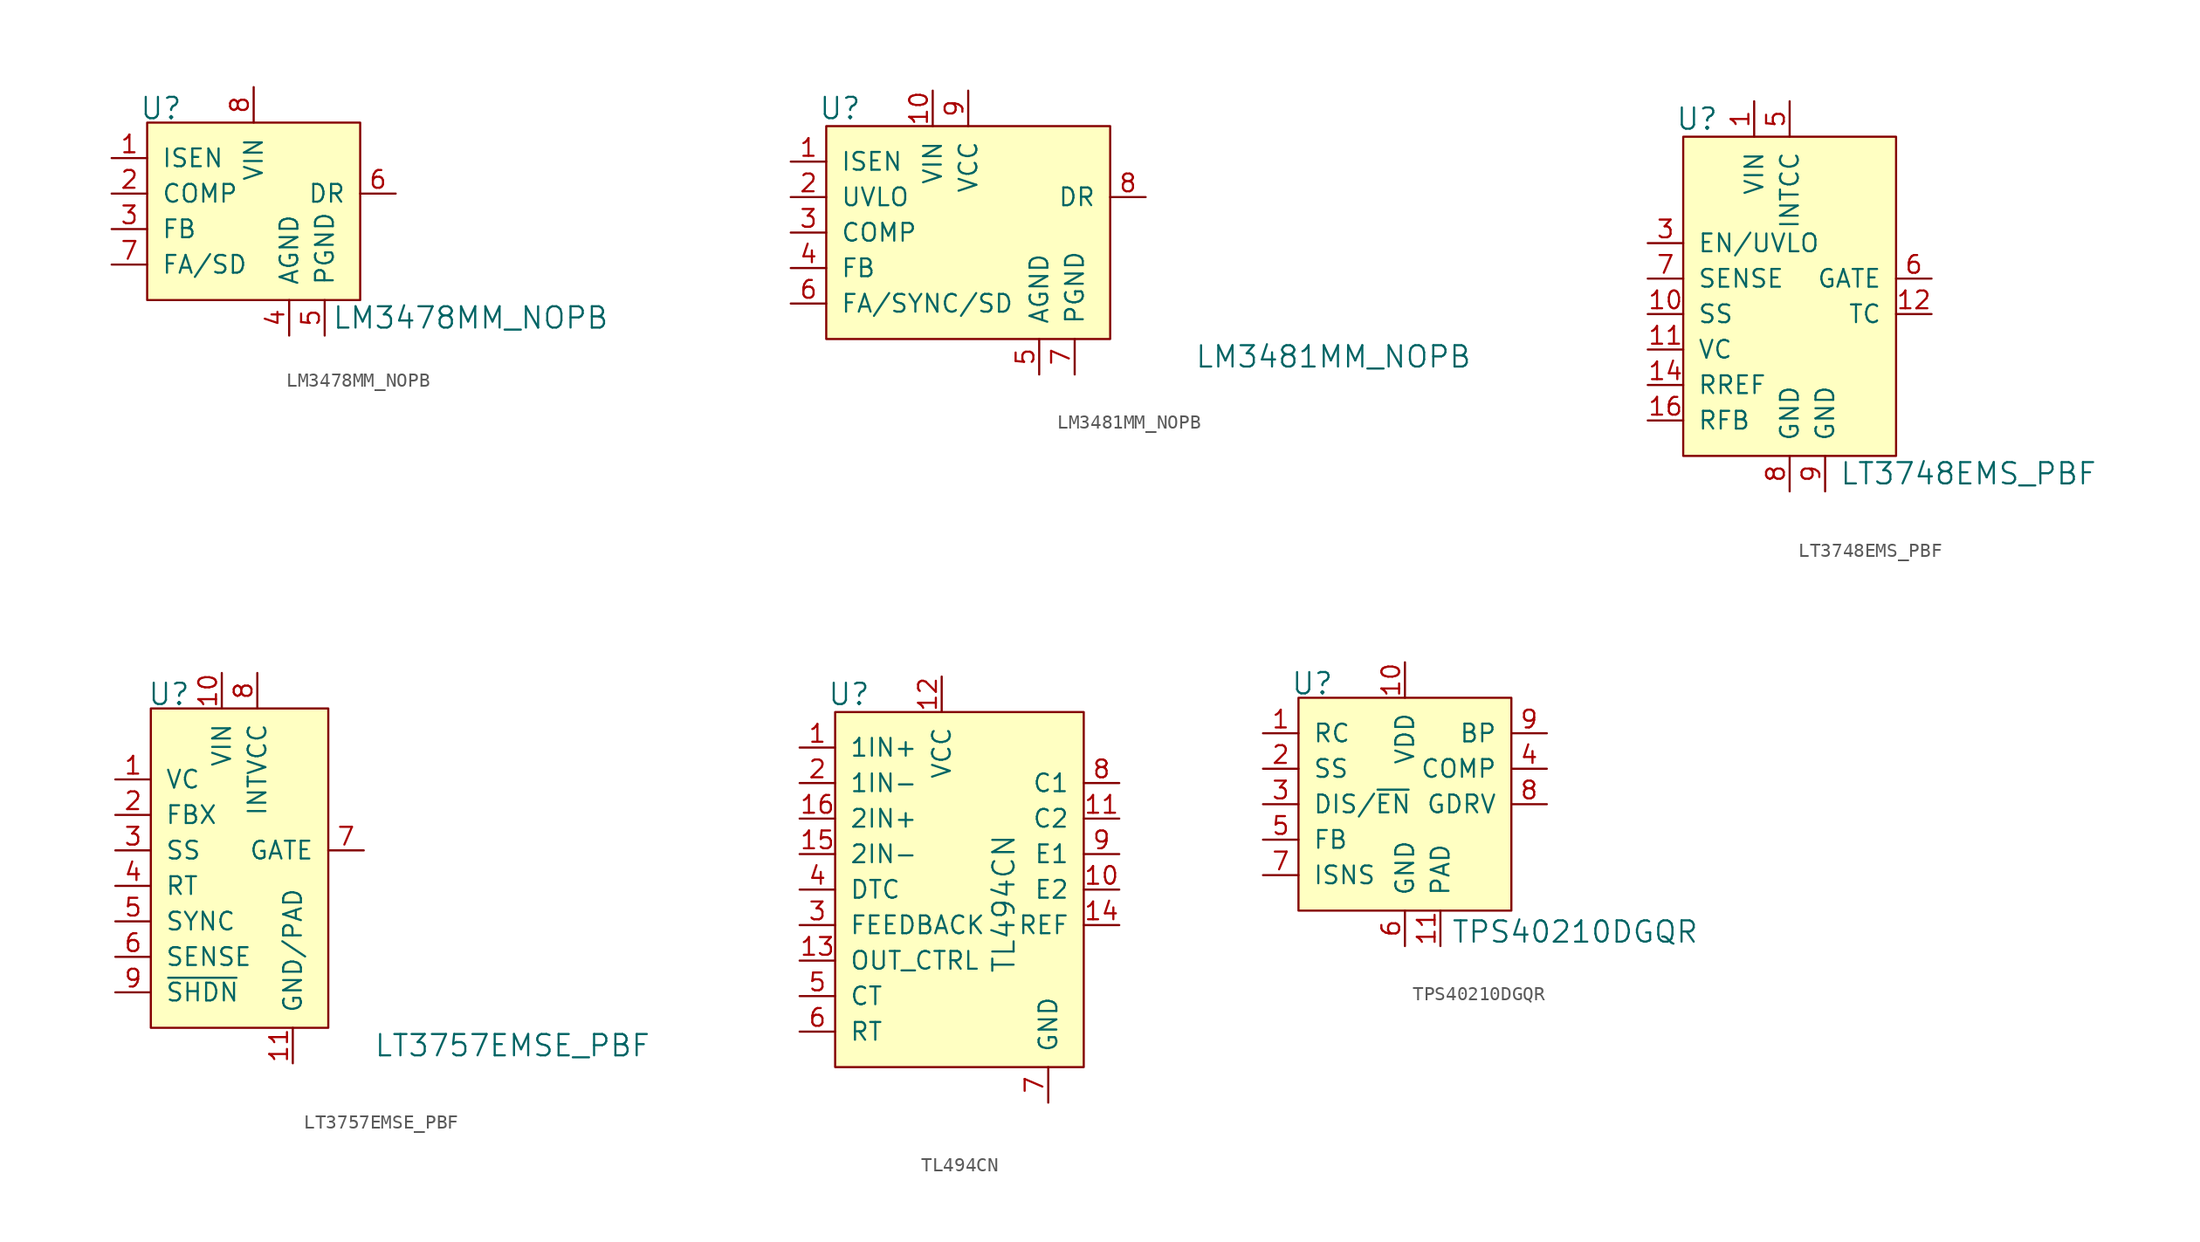
<source format=kicad_sym>
(kicad_symbol_lib
  (version 20201005)
  (generator kicad_symbol_editor)
  (symbol "LM3478MM_NOPB"
    (pin_names
      (offset 1.016))
    (property "Reference" "U"
      (at -5.08 6.096 0)
      (effects (font (size 1.524 1.524)) (justify right)))
    (property "Value" "LM3478MM_NOPB"
      (at 5.588 -8.89 0)
      (effects (font (size 1.524 1.524)) (justify left)))
    (symbol "LM3478MM_NOPB_0_1"
      (rectangle (start -7.62 5.08) (end 7.62 -7.62) (stroke (width 0)) (fill (type background))))
    (symbol "LM3478MM_NOPB_1_1"
      (pin input line (at -10.16 2.54 0) (length 2.54) (name "ISEN" (effects (font (size 1.27 1.27)))) (number "1" (effects (font (size 1.27 1.27)))))
      (pin passive line (at -10.16 0 0) (length 2.54) (name "COMP" (effects (font (size 1.27 1.27)))) (number "2" (effects (font (size 1.27 1.27)))))
      (pin input line (at -10.16 -2.54 0) (length 2.54) (name "FB" (effects (font (size 1.27 1.27)))) (number "3" (effects (font (size 1.27 1.27)))))
      (pin power_in line (at 2.54 -10.16 90) (length 2.54) (name "AGND" (effects (font (size 1.27 1.27)))) (number "4" (effects (font (size 1.27 1.27)))))
      (pin power_in line (at 5.08 -10.16 90) (length 2.54) (name "PGND" (effects (font (size 1.27 1.27)))) (number "5" (effects (font (size 1.27 1.27)))))
      (pin output line (at 10.16 0 180) (length 2.54) (name "DR" (effects (font (size 1.27 1.27)))) (number "6" (effects (font (size 1.27 1.27)))))
      (pin passive line (at -10.16 -5.08 0) (length 2.54) (name "FA/SD" (effects (font (size 1.27 1.27)))) (number "7" (effects (font (size 1.27 1.27)))))
      (pin power_in line (at 0 7.62 270) (length 2.54) (name "VIN" (effects (font (size 1.27 1.27)))) (number "8" (effects (font (size 1.27 1.27)))))))
  (symbol "LM3481MM_NOPB"
    (pin_names
      (offset 1.016))
    (property "Reference" "U"
      (at -5.08 3.81 0)
      (effects (font (size 1.524 1.524)) (justify right)))
    (property "Value" "LM3481MM_NOPB"
      (at 38.608 -13.97 0)
      (effects (font (size 1.524 1.524)) (justify right)))
    (symbol "LM3481MM_NOPB_0_1"
      (rectangle (start -7.62 2.54) (end 12.7 -12.7) (stroke (width 0)) (fill (type background))))
    (symbol "LM3481MM_NOPB_1_1"
      (pin input line (at -10.16 0 0) (length 2.54) (name "ISEN" (effects (font (size 1.27 1.27)))) (number "1" (effects (font (size 1.27 1.27)))))
      (pin input line (at -10.16 -2.54 0) (length 2.54) (name "UVLO" (effects (font (size 1.27 1.27)))) (number "2" (effects (font (size 1.27 1.27)))))
      (pin passive line (at -10.16 -5.08 0) (length 2.54) (name "COMP" (effects (font (size 1.27 1.27)))) (number "3" (effects (font (size 1.27 1.27)))))
      (pin input line (at -10.16 -7.62 0) (length 2.54) (name "FB" (effects (font (size 1.27 1.27)))) (number "4" (effects (font (size 1.27 1.27)))))
      (pin power_in line (at 7.62 -15.24 90) (length 2.54) (name "AGND" (effects (font (size 1.27 1.27)))) (number "5" (effects (font (size 1.27 1.27)))))
      (pin passive line (at -10.16 -10.16 0) (length 2.54) (name "FA/SYNC/SD" (effects (font (size 1.27 1.27)))) (number "6" (effects (font (size 1.27 1.27)))))
      (pin power_in line (at 10.16 -15.24 90) (length 2.54) (name "PGND" (effects (font (size 1.27 1.27)))) (number "7" (effects (font (size 1.27 1.27)))))
      (pin output line (at 15.24 -2.54 180) (length 2.54) (name "DR" (effects (font (size 1.27 1.27)))) (number "8" (effects (font (size 1.27 1.27)))))
      (pin power_in line (at 2.54 5.08 270) (length 2.54) (name "VCC" (effects (font (size 1.27 1.27)))) (number "9" (effects (font (size 1.27 1.27)))))
      (pin power_in line (at 0 5.08 270) (length 2.54) (name "VIN" (effects (font (size 1.27 1.27)))) (number "10" (effects (font (size 1.27 1.27)))))))
  (symbol "LT3748EMS_PBF"
    (pin_names
      (offset 1.016))
    (property "Reference" "U"
      (at -5.08 3.81 0)
      (effects (font (size 1.524 1.524)) (justify right)))
    (property "Value" "LT3748EMS_PBF"
      (at 3.556 -21.59 0)
      (effects (font (size 1.524 1.524)) (justify left)))
    (symbol "LT3748EMS_PBF_0_1"
      (rectangle (start -7.62 2.54) (end 7.62 -20.32) (stroke (width 0)) (fill (type background))))
    (symbol "LT3748EMS_PBF_1_1"
      (pin power_in line (at -2.54 5.08 270) (length 2.54) (name "VIN" (effects (font (size 1.27 1.27)))) (number "1" (effects (font (size 1.27 1.27)))))
      (pin input line (at -10.16 -5.08 0) (length 2.54) (name "EN/UVLO" (effects (font (size 1.27 1.27)))) (number "3" (effects (font (size 1.27 1.27)))))
      (pin power_in line (at 0 5.08 270) (length 2.54) (name "INTCC" (effects (font (size 1.27 1.27)))) (number "5" (effects (font (size 1.27 1.27)))))
      (pin output line (at 10.16 -7.62 180) (length 2.54) (name "GATE" (effects (font (size 1.27 1.27)))) (number "6" (effects (font (size 1.27 1.27)))))
      (pin input line (at -10.16 -7.62 0) (length 2.54) (name "SENSE" (effects (font (size 1.27 1.27)))) (number "7" (effects (font (size 1.27 1.27)))))
      (pin power_in line (at 0 -22.86 90) (length 2.54) (name "GND" (effects (font (size 1.27 1.27)))) (number "8" (effects (font (size 1.27 1.27)))))
      (pin power_in line (at 2.54 -22.86 90) (length 2.54) (name "GND" (effects (font (size 1.27 1.27)))) (number "9" (effects (font (size 1.27 1.27)))))
      (pin input line (at -10.16 -10.16 0) (length 2.54) (name "SS" (effects (font (size 1.27 1.27)))) (number "10" (effects (font (size 1.27 1.27)))))
      (pin passive line (at -10.16 -12.7 0) (length 2.54) (name "VC" (effects (font (size 1.27 1.27)))) (number "11" (effects (font (size 1.27 1.27)))))
      (pin output line (at 10.16 -10.16 180) (length 2.54) (name "TC" (effects (font (size 1.27 1.27)))) (number "12" (effects (font (size 1.27 1.27)))))
      (pin input line (at -10.16 -15.24 0) (length 2.54) (name "RREF" (effects (font (size 1.27 1.27)))) (number "14" (effects (font (size 1.27 1.27)))))
      (pin input line (at -10.16 -17.78 0) (length 2.54) (name "RFB" (effects (font (size 1.27 1.27)))) (number "16" (effects (font (size 1.27 1.27)))))))
  (symbol "LT3757EMSE_PBF"
    (pin_names
      (offset 1.016))
    (property "Reference" "U"
      (at -5.334 3.556 0)
      (effects (font (size 1.524 1.524)) (justify left)))
    (property "Value" "LT3757EMSE_PBF"
      (at 30.734 -21.59 0)
      (effects (font (size 1.524 1.524)) (justify right)))
    (symbol "LT3757EMSE_PBF_0_1"
      (rectangle (start -5.08 2.54) (end 7.62 -20.32) (stroke (width 0)) (fill (type background))))
    (symbol "LT3757EMSE_PBF_1_1"
      (pin input line (at -7.62 -2.54 0) (length 2.54) (name "VC" (effects (font (size 1.27 1.27)))) (number "1" (effects (font (size 1.27 1.27)))))
      (pin input line (at -7.62 -5.08 0) (length 2.54) (name "FBX" (effects (font (size 1.27 1.27)))) (number "2" (effects (font (size 1.27 1.27)))))
      (pin input line (at -7.62 -7.62 0) (length 2.54) (name "SS" (effects (font (size 1.27 1.27)))) (number "3" (effects (font (size 1.27 1.27)))))
      (pin input line (at -7.62 -10.16 0) (length 2.54) (name "RT" (effects (font (size 1.27 1.27)))) (number "4" (effects (font (size 1.27 1.27)))))
      (pin input line (at -7.62 -12.7 0) (length 2.54) (name "SYNC" (effects (font (size 1.27 1.27)))) (number "5" (effects (font (size 1.27 1.27)))))
      (pin input line (at -7.62 -15.24 0) (length 2.54) (name "SENSE" (effects (font (size 1.27 1.27)))) (number "6" (effects (font (size 1.27 1.27)))))
      (pin output line (at 10.16 -7.62 180) (length 2.54) (name "GATE" (effects (font (size 1.27 1.27)))) (number "7" (effects (font (size 1.27 1.27)))))
      (pin power_in line (at 2.54 5.08 270) (length 2.54) (name "INTVCC" (effects (font (size 1.27 1.27)))) (number "8" (effects (font (size 1.27 1.27)))))
      (pin input line (at -7.62 -17.78 0) (length 2.54) (name "~SHDN" (effects (font (size 1.27 1.27)))) (number "9" (effects (font (size 1.27 1.27)))))
      (pin power_in line (at 0 5.08 270) (length 2.54) (name "VIN" (effects (font (size 1.27 1.27)))) (number "10" (effects (font (size 1.27 1.27)))))
      (pin power_in line (at 5.08 -22.86 90) (length 2.54) (name "GND/PAD" (effects (font (size 1.27 1.27)))) (number "11" (effects (font (size 1.27 1.27)))))))
  (symbol "TL494CN"
    (pin_names
      (offset 1.016))
    (property "Reference" "U"
      (at -5.08 8.89 0)
      (effects (font (size 1.524 1.524)) (justify right)))
    (property "Value" "TL494CN"
      (at 4.445 -6.096 90)
      (effects (font (size 1.524 1.524))))
    (symbol "TL494CN_0_1"
      (rectangle (start -7.62 7.62) (end 10.16 -17.78) (stroke (width 0)) (fill (type background))))
    (symbol "TL494CN_1_1"
      (pin input line (at -10.16 5.08 0) (length 2.54) (name "1IN+" (effects (font (size 1.27 1.27)))) (number "1" (effects (font (size 1.27 1.27)))))
      (pin input line (at -10.16 2.54 0) (length 2.54) (name "1IN-" (effects (font (size 1.27 1.27)))) (number "2" (effects (font (size 1.27 1.27)))))
      (pin input line (at -10.16 -7.62 0) (length 2.54) (name "FEEDBACK" (effects (font (size 1.27 1.27)))) (number "3" (effects (font (size 1.27 1.27)))))
      (pin input line (at -10.16 -5.08 0) (length 2.54) (name "DTC" (effects (font (size 1.27 1.27)))) (number "4" (effects (font (size 1.27 1.27)))))
      (pin passive line (at -10.16 -12.7 0) (length 2.54) (name "CT" (effects (font (size 1.27 1.27)))) (number "5" (effects (font (size 1.27 1.27)))))
      (pin passive line (at -10.16 -15.24 0) (length 2.54) (name "RT" (effects (font (size 1.27 1.27)))) (number "6" (effects (font (size 1.27 1.27)))))
      (pin power_in line (at 7.62 -20.32 90) (length 2.54) (name "GND" (effects (font (size 1.27 1.27)))) (number "7" (effects (font (size 1.27 1.27)))))
      (pin output line (at 12.7 2.54 180) (length 2.54) (name "C1" (effects (font (size 1.27 1.27)))) (number "8" (effects (font (size 1.27 1.27)))))
      (pin output line (at 12.7 -2.54 180) (length 2.54) (name "E1" (effects (font (size 1.27 1.27)))) (number "9" (effects (font (size 1.27 1.27)))))
      (pin output line (at 12.7 -5.08 180) (length 2.54) (name "E2" (effects (font (size 1.27 1.27)))) (number "10" (effects (font (size 1.27 1.27)))))
      (pin output line (at 12.7 0 180) (length 2.54) (name "C2" (effects (font (size 1.27 1.27)))) (number "11" (effects (font (size 1.27 1.27)))))
      (pin power_in line (at 0 10.16 270) (length 2.54) (name "VCC" (effects (font (size 1.27 1.27)))) (number "12" (effects (font (size 1.27 1.27)))))
      (pin input line (at -10.16 -10.16 0) (length 2.54) (name "OUT_CTRL" (effects (font (size 1.27 1.27)))) (number "13" (effects (font (size 1.27 1.27)))))
      (pin output line (at 12.7 -7.62 180) (length 2.54) (name "REF" (effects (font (size 1.27 1.27)))) (number "14" (effects (font (size 1.27 1.27)))))
      (pin input line (at -10.16 -2.54 0) (length 2.54) (name "2IN-" (effects (font (size 1.27 1.27)))) (number "15" (effects (font (size 1.27 1.27)))))
      (pin input line (at -10.16 0 0) (length 2.54) (name "2IN+" (effects (font (size 1.27 1.27)))) (number "16" (effects (font (size 1.27 1.27)))))))
  (symbol "TPS40210DGQR"
    (pin_names
      (offset 1.016))
    (property "Reference" "U"
      (at -5.08 3.556 0)
      (effects (font (size 1.524 1.524)) (justify right)))
    (property "Value" "TPS40210DGQR"
      (at 3.302 -14.224 0)
      (effects (font (size 1.524 1.524)) (justify left)))
    (symbol "TPS40210DGQR_0_1"
      (rectangle (start -7.62 2.54) (end 7.62 -12.7) (stroke (width 0)) (fill (type background))))
    (symbol "TPS40210DGQR_1_1"
      (pin passive line (at -10.16 0 0) (length 2.54) (name "RC" (effects (font (size 1.27 1.27)))) (number "1" (effects (font (size 1.27 1.27)))))
      (pin input line (at -10.16 -2.54 0) (length 2.54) (name "SS" (effects (font (size 1.27 1.27)))) (number "2" (effects (font (size 1.27 1.27)))))
      (pin input line (at -10.16 -5.08 0) (length 2.54) (name "DIS/~EN" (effects (font (size 1.27 1.27)))) (number "3" (effects (font (size 1.27 1.27)))))
      (pin output line (at 10.16 -2.54 180) (length 2.54) (name "COMP" (effects (font (size 1.27 1.27)))) (number "4" (effects (font (size 1.27 1.27)))))
      (pin input line (at -10.16 -7.62 0) (length 2.54) (name "FB" (effects (font (size 1.27 1.27)))) (number "5" (effects (font (size 1.27 1.27)))))
      (pin power_in line (at 0 -15.24 90) (length 2.54) (name "GND" (effects (font (size 1.27 1.27)))) (number "6" (effects (font (size 1.27 1.27)))))
      (pin input line (at -10.16 -10.16 0) (length 2.54) (name "ISNS" (effects (font (size 1.27 1.27)))) (number "7" (effects (font (size 1.27 1.27)))))
      (pin output line (at 10.16 -5.08 180) (length 2.54) (name "GDRV" (effects (font (size 1.27 1.27)))) (number "8" (effects (font (size 1.27 1.27)))))
      (pin output line (at 10.16 0 180) (length 2.54) (name "BP" (effects (font (size 1.27 1.27)))) (number "9" (effects (font (size 1.27 1.27)))))
      (pin power_in line (at 0 5.08 270) (length 2.54) (name "VDD" (effects (font (size 1.27 1.27)))) (number "10" (effects (font (size 1.27 1.27)))))
      (pin passive line (at 2.54 -15.24 90) (length 2.54) (name "PAD" (effects (font (size 1.27 1.27)))) (number "11" (effects (font (size 1.27 1.27))))))))
</source>
